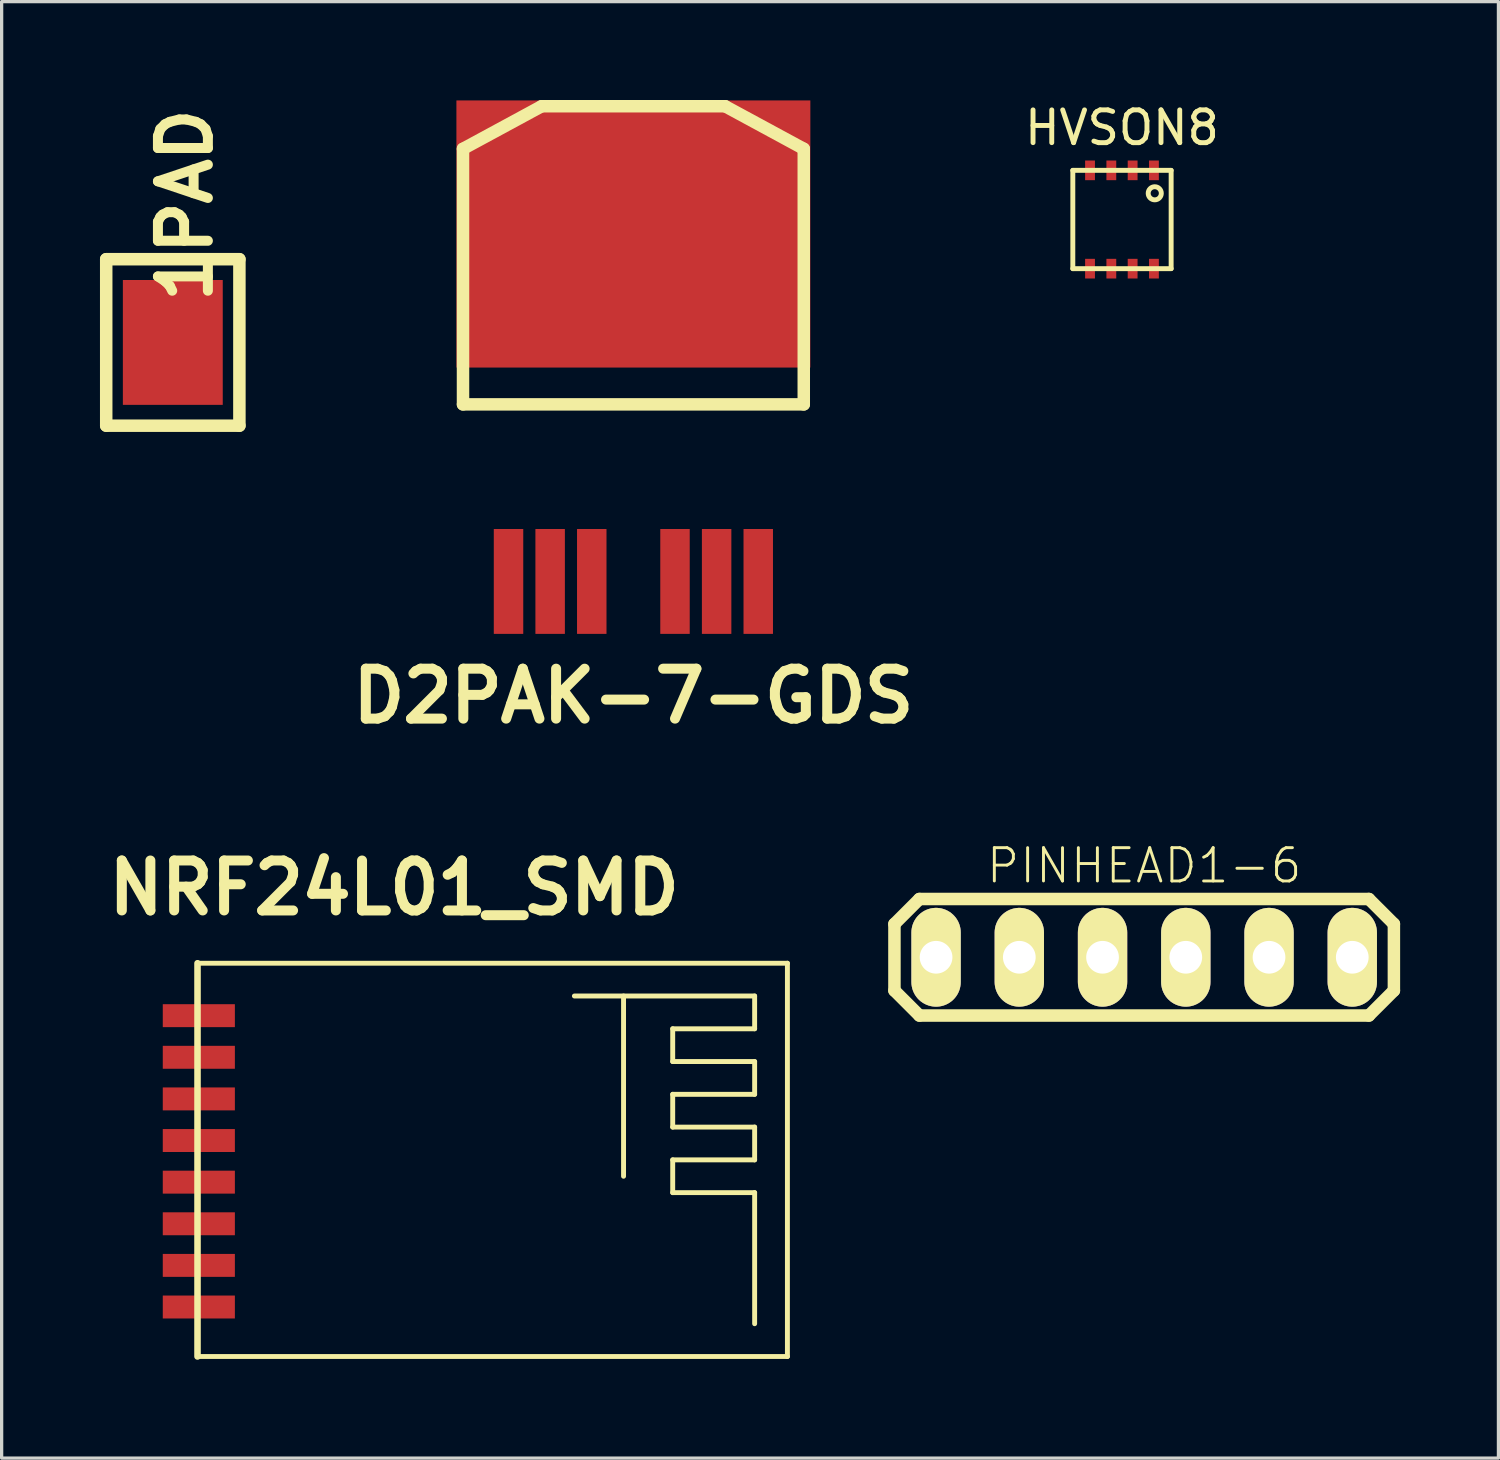
<source format=kicad_pcb>
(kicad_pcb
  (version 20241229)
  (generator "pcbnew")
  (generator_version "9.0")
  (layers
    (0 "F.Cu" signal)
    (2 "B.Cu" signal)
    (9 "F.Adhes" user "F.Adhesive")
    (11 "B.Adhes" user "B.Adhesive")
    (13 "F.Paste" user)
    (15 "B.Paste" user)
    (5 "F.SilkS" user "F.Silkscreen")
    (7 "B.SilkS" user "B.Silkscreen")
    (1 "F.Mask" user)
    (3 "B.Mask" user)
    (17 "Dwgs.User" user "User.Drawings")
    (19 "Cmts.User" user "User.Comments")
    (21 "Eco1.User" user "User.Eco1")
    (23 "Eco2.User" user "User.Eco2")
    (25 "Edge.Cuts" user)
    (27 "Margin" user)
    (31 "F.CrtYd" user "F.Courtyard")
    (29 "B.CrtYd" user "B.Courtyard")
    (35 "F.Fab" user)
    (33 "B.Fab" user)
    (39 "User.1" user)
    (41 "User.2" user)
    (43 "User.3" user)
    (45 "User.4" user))
  (footprint "D2PAK-7-GDS"
    (layer "F.Cu")
    (at 16.277 9.99)
    (property "Reference" "D2PAK-7-GDS" (at 0 8.199 0) (layer "F.SilkS") (effects (font (size 1.524 1.524) (thickness 0.305))))
    (attr through_hole)
    (fp_line (start -5.199 -8.499) (end -2.799 -9.799) (stroke (width 0.381) (type solid)) (layer "F.SilkS"))
    (fp_line (start -5.199 -0.701) (end -5.199 -8.499) (stroke (width 0.381) (type solid)) (layer "F.SilkS"))
    (fp_line (start -2.799 -9.799) (end 2.799 -9.799) (stroke (width 0.381) (type solid)) (layer "F.SilkS"))
    (fp_line (start 2.799 -9.799) (end 5.199 -8.499) (stroke (width 0.381) (type solid)) (layer "F.SilkS"))
    (fp_line (start 5.199 -8.499) (end 5.199 -0.701) (stroke (width 0.381) (type solid)) (layer "F.SilkS"))
    (fp_line (start 5.199 -0.701) (end -5.199 -0.701) (stroke (width 0.381) (type solid)) (layer "F.SilkS"))
    (pad "D" smd rect (at 0 -5.9) (size 10.8 8.151) (layers "F.Cu" "F.Mask" "F.Paste"))
    (pad "G" smd rect (at -3.81 4.702) (size 0.899 3.2) (layers "F.Cu" "F.Mask" "F.Paste"))
    (pad "S" smd rect (at -2.54 4.702) (size 0.899 3.2) (layers "F.Cu" "F.Mask" "F.Paste"))
    (pad "S" smd rect (at -1.27 4.702) (size 0.899 3.2) (layers "F.Cu" "F.Mask" "F.Paste"))
    (pad "S" smd rect (at 1.27 4.702) (size 0.899 3.2) (layers "F.Cu" "F.Mask" "F.Paste"))
    (pad "S" smd rect (at 2.54 4.702) (size 0.899 3.2) (layers "F.Cu" "F.Mask" "F.Paste"))
    (pad "S" smd rect (at 3.81 4.702) (size 0.899 3.2) (layers "F.Cu" "F.Mask" "F.Paste")))
  (footprint "HVSON8"
    (layer "F.Cu")
    (at 31.186 3.648)
    (property "Reference" "HVSON8" (at 0 -2.8 0) (layer "F.SilkS") (effects (font (size 1 1) (thickness 0.15))))
    (attr through_hole)
    (fp_line (start -1.5 -1.5) (end 1.5 -1.5) (stroke (width 0.15) (type solid)) (layer "F.SilkS"))
    (fp_line (start -1.5 1.5) (end -1.5 -1.5) (stroke (width 0.15) (type solid)) (layer "F.SilkS"))
    (fp_line (start 1.5 -1.5) (end 1.5 1.5) (stroke (width 0.15) (type solid)) (layer "F.SilkS"))
    (fp_line (start 1.5 1.5) (end -1.5 1.5) (stroke (width 0.15) (type solid)) (layer "F.SilkS"))
    (fp_circle (center 1 -0.8) (end 1 -0.6) (stroke (width 0.15) (type solid)) (fill no) (layer "F.SilkS"))
    (pad "1" smd rect (at 0.975 -1.5) (size 0.3 0.6) (layers "F.Cu" "F.Mask" "F.Paste"))
    (pad "2" smd rect (at 0.325 -1.5) (size 0.3 0.6) (layers "F.Cu" "F.Mask" "F.Paste"))
    (pad "3" smd rect (at -0.325 -1.5) (size 0.3 0.6) (layers "F.Cu" "F.Mask" "F.Paste"))
    (pad "4" smd rect (at -0.975 -1.5) (size 0.3 0.6) (layers "F.Cu" "F.Mask" "F.Paste"))
    (pad "5" smd rect (at -0.975 1.5) (size 0.3 0.6) (layers "F.Cu" "F.Mask" "F.Paste"))
    (pad "6" smd rect (at -0.325 1.5) (size 0.3 0.6) (layers "F.Cu" "F.Mask" "F.Paste"))
    (pad "7" smd rect (at 0.325 1.5) (size 0.3 0.6) (layers "F.Cu" "F.Mask" "F.Paste"))
    (pad "8" smd rect (at 0.975 1.5) (size 0.3 0.6) (layers "F.Cu" "F.Mask" "F.Paste")))
  (footprint "1PAD"
    (layer "F.Cu")
    (at 2.223 7.399)
    (property "Reference" "1PAD" (at 0.381 -4.191 270) (layer "F.SilkS") (effects (font (size 1.524 1.524) (thickness 0.305))))
    (attr through_hole)
    (fp_line (start -2.032 -2.54) (end 2.032 -2.54) (stroke (width 0.381) (type solid)) (layer "F.SilkS"))
    (fp_line (start -2.032 2.54) (end -2.032 -2.54) (stroke (width 0.381) (type solid)) (layer "F.SilkS"))
    (fp_line (start 2.032 -2.54) (end 2.032 2.54) (stroke (width 0.381) (type solid)) (layer "F.SilkS"))
    (fp_line (start 2.032 2.54) (end -2.032 2.54) (stroke (width 0.381) (type solid)) (layer "F.SilkS"))
    (pad "1" smd rect (at 0 0) (size 3.048 3.81) (layers "F.Cu" "F.Mask" "F.Paste")))
  (footprint "PINHEAD1-6"
    (layer "F.Cu")
    (at 31.863 26.16)
    (property "Reference" "PINHEAD1-6" (at 0 -2.794 0) (layer "F.SilkS") (effects (font (size 1.016 1.016) (thickness 0.089))))
    (attr exclude_from_pos_files exclude_from_bom)
    (fp_line (start -7.62 -1.016) (end -6.858 -1.778) (stroke (width 0.381) (type solid)) (layer "F.SilkS"))
    (fp_line (start -7.62 1.016) (end -7.62 -1.016) (stroke (width 0.381) (type solid)) (layer "F.SilkS"))
    (fp_line (start -6.858 -1.778) (end 6.858 -1.778) (stroke (width 0.381) (type solid)) (layer "F.SilkS"))
    (fp_line (start -6.858 1.778) (end -7.62 1.016) (stroke (width 0.381) (type solid)) (layer "F.SilkS"))
    (fp_line (start 6.858 -1.778) (end 7.62 -1.016) (stroke (width 0.381) (type solid)) (layer "F.SilkS"))
    (fp_line (start 6.858 1.778) (end -6.858 1.778) (stroke (width 0.381) (type solid)) (layer "F.SilkS"))
    (fp_line (start 7.62 -1.016) (end 7.62 1.016) (stroke (width 0.381) (type solid)) (layer "F.SilkS"))
    (fp_line (start 7.62 1.016) (end 6.858 1.778) (stroke (width 0.381) (type solid)) (layer "F.SilkS"))
    (pad "1" thru_hole oval (at -6.35 0) (size 1.506 3.015) (drill 0.998) (layers "*.Cu" "F.Mask" "F.SilkS" "F.Paste"))
    (pad "2" thru_hole oval (at -3.81 0) (size 1.506 3.015) (drill 0.998) (layers "*.Cu" "F.Mask" "F.SilkS" "F.Paste"))
    (pad "3" thru_hole oval (at -1.27 0) (size 1.506 3.015) (drill 0.998) (layers "*.Cu" "F.Mask" "F.SilkS" "F.Paste"))
    (pad "4" thru_hole oval (at 1.27 0) (size 1.506 3.015) (drill 0.998) (layers "*.Cu" "F.Mask" "F.SilkS" "F.Paste"))
    (pad "5" thru_hole oval (at 3.81 0) (size 1.506 3.015) (drill 0.998) (layers "*.Cu" "F.Mask" "F.SilkS" "F.Paste"))
    (pad "6" thru_hole oval (at 6.35 0) (size 1.506 3.015) (drill 0.998) (layers "*.Cu" "F.Mask" "F.SilkS" "F.Paste")))
  (footprint "NRF24L01_SMD"
    (layer "F.Cu")
    (at 8.977 32.342)
    (property "Reference" "NRF24L01_SMD" (at 0 -8.3 0) (layer "F.SilkS") (effects (font (size 1.524 1.524) (thickness 0.305))))
    (attr through_hole)
    (fp_line (start -6 -6) (end 12 -6) (stroke (width 0.15) (type solid)) (layer "F.SilkS"))
    (fp_line (start -6 6) (end -6 -6) (stroke (width 0.2) (type solid)) (layer "F.SilkS"))
    (fp_line (start 5.5 -5) (end 11 -5) (stroke (width 0.15) (type solid)) (layer "F.SilkS"))
    (fp_line (start 7 -5) (end 7 0.5) (stroke (width 0.15) (type solid)) (layer "F.SilkS"))
    (fp_line (start 8.5 -4) (end 8.5 -3) (stroke (width 0.15) (type solid)) (layer "F.SilkS"))
    (fp_line (start 8.5 -3) (end 11 -3) (stroke (width 0.15) (type solid)) (layer "F.SilkS"))
    (fp_line (start 8.5 -2) (end 8.5 -1) (stroke (width 0.15) (type solid)) (layer "F.SilkS"))
    (fp_line (start 8.5 -1) (end 11 -1) (stroke (width 0.15) (type solid)) (layer "F.SilkS"))
    (fp_line (start 8.5 0) (end 8.5 1) (stroke (width 0.15) (type solid)) (layer "F.SilkS"))
    (fp_line (start 8.5 1) (end 11 1) (stroke (width 0.15) (type solid)) (layer "F.SilkS"))
    (fp_line (start 11 -5) (end 11 -4) (stroke (width 0.15) (type solid)) (layer "F.SilkS"))
    (fp_line (start 11 -4) (end 8.5 -4) (stroke (width 0.15) (type solid)) (layer "F.SilkS"))
    (fp_line (start 11 -3) (end 11 -2) (stroke (width 0.15) (type solid)) (layer "F.SilkS"))
    (fp_line (start 11 -2) (end 8.5 -2) (stroke (width 0.15) (type solid)) (layer "F.SilkS"))
    (fp_line (start 11 -1) (end 11 0) (stroke (width 0.15) (type solid)) (layer "F.SilkS"))
    (fp_line (start 11 0) (end 8.5 0) (stroke (width 0.15) (type solid)) (layer "F.SilkS"))
    (fp_line (start 11 1) (end 11 5) (stroke (width 0.15) (type solid)) (layer "F.SilkS"))
    (fp_line (start 12 -6) (end 12 6) (stroke (width 0.15) (type solid)) (layer "F.SilkS"))
    (fp_line (start 12 6) (end -6 6) (stroke (width 0.15) (type solid)) (layer "F.SilkS"))
    (pad "1" smd rect (at -5.96 -4.4) (size 2.2 0.7) (layers "F.Cu" "F.Mask" "F.Paste"))
    (pad "2" smd rect (at -5.96 -3.13) (size 2.2 0.7) (layers "F.Cu" "F.Mask" "F.Paste"))
    (pad "3" smd rect (at -5.96 -1.86) (size 2.2 0.7) (layers "F.Cu" "F.Mask" "F.Paste"))
    (pad "4" smd rect (at -5.96 -0.59) (size 2.2 0.7) (layers "F.Cu" "F.Mask" "F.Paste"))
    (pad "5" smd rect (at -5.96 0.68) (size 2.2 0.7) (layers "F.Cu" "F.Mask" "F.Paste"))
    (pad "6" smd rect (at -5.96 1.95) (size 2.2 0.7) (layers "F.Cu" "F.Mask" "F.Paste"))
    (pad "7" smd rect (at -5.96 3.22) (size 2.2 0.7) (layers "F.Cu" "F.Mask" "F.Paste"))
    (pad "8" smd rect (at -5.96 4.49) (size 2.2 0.7) (layers "F.Cu" "F.Mask" "F.Paste")))
  (gr_rect
    (start -3 -3)
    (end 42.673 41.442)
    (stroke (width 0.1) (type default))
    (fill no)
    (layer "Edge.Cuts")))
</source>
